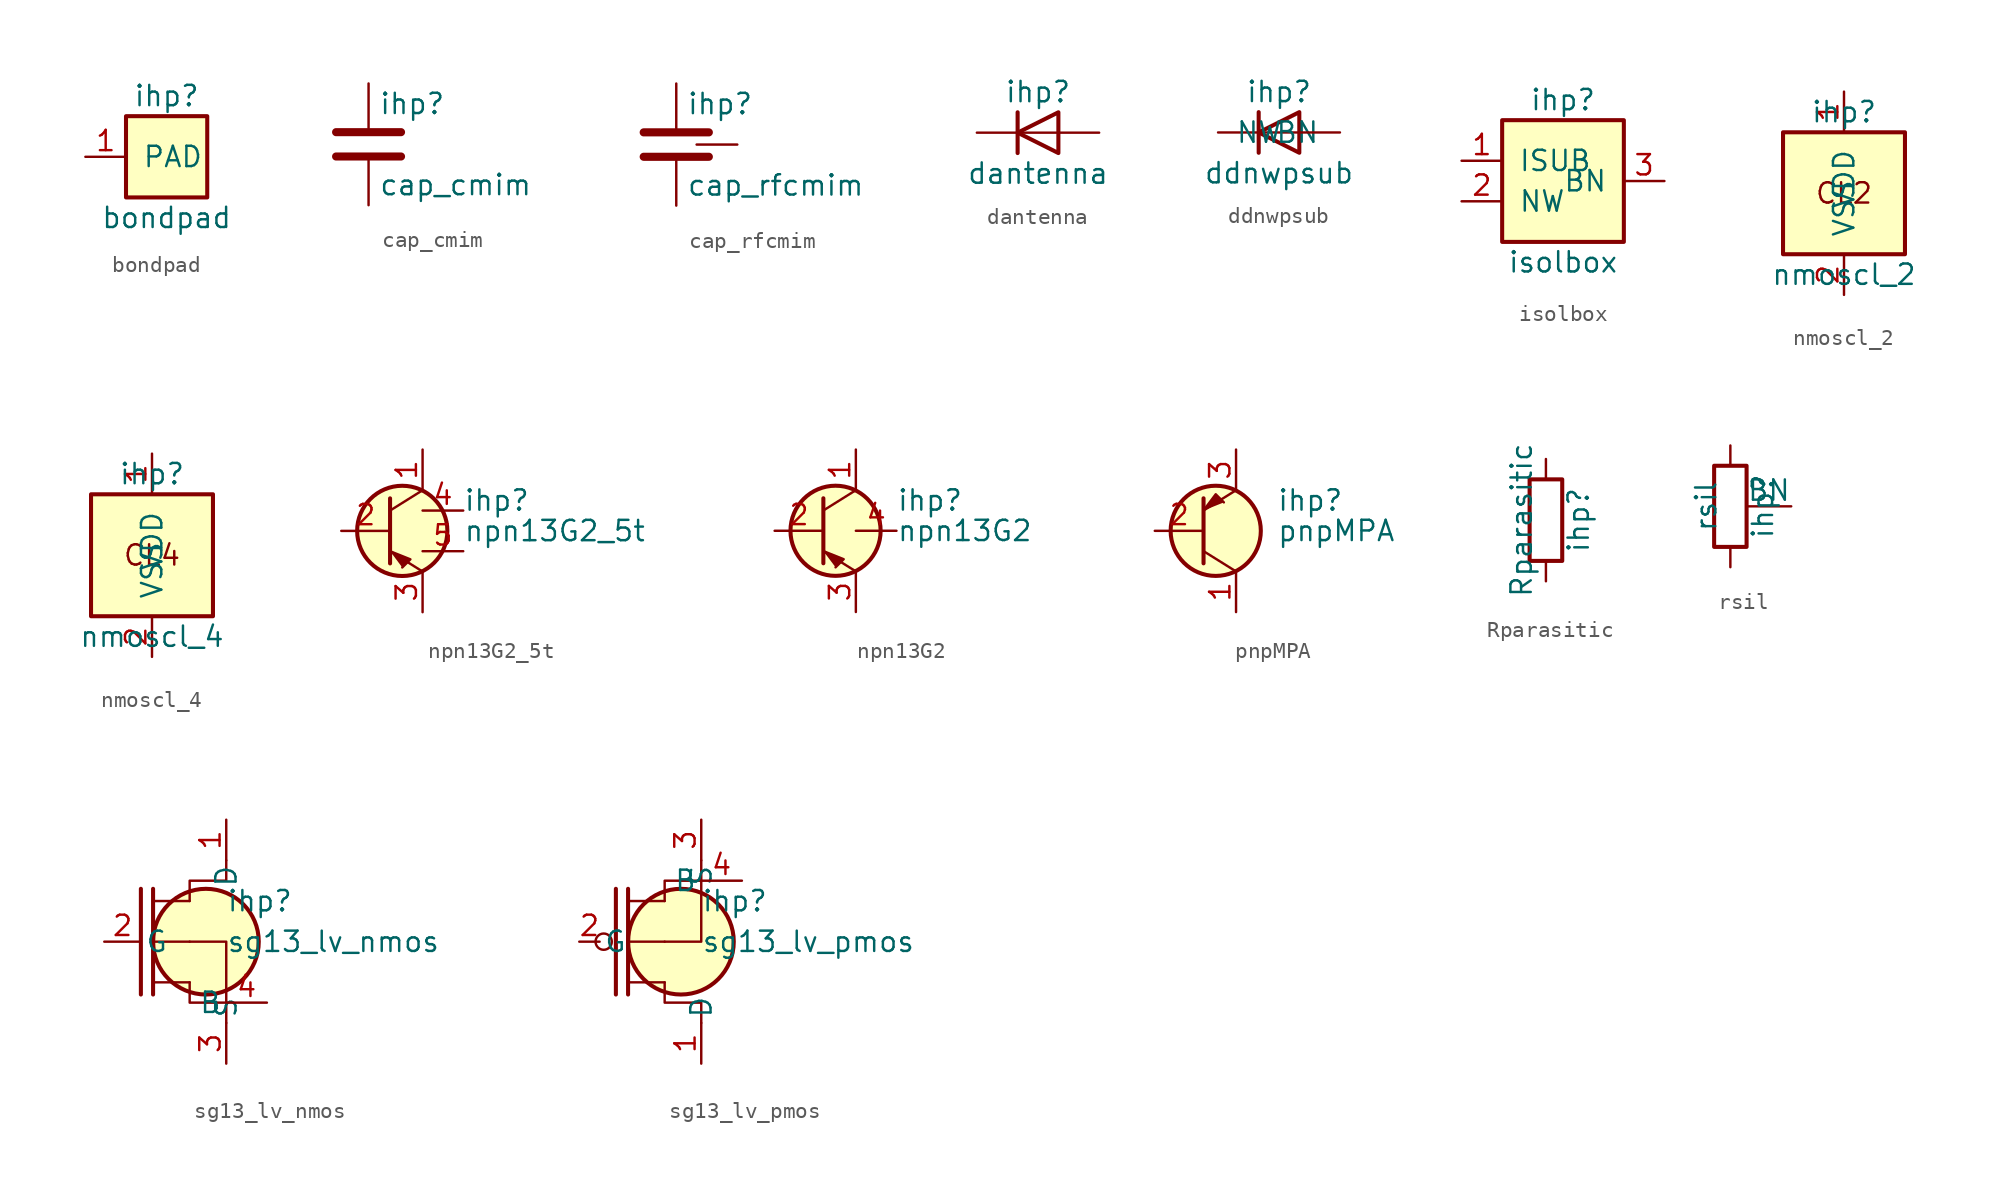
<source format=kicad_sym>
(kicad_symbol_lib
  (version 20231120)
  (generator "kicad_symbol_editor")
  (generator_version "8.0")
  (symbol "bondpad"
    (pin_names
      (offset 1.016))
    (property "Reference" "ihp"
      (at 0 3.81 0)
      (effects (font (size 1.27 1.27))))
    (property "Value" "bondpad"
      (at 0 -3.81 0)
      (effects (font (size 1.27 1.27))))
    (symbol "bondpad_0_1"
      (rectangle (start -2.54 2.54) (end 2.54 -2.54) (stroke (width 0.254) (type default)) (fill (type background))))
    (symbol "bondpad_1_1"
      (pin passive line (at -5.08 0 0) (length 2.54) (name "PAD" (effects (font (size 1.27 1.27)))) (number "1" (effects (font (size 1.27 1.27)))))))
  (symbol "cap_cmim"
    (pin_numbers hide)
    (pin_names
      (offset 0.254) hide)
    (property "Reference" "ihp"
      (at 0.635 2.54 0)
      (effects (font (size 1.27 1.27)) (justify left)))
    (property "Value" "cap_cmim"
      (at 0.635 -2.54 0)
      (effects (font (size 1.27 1.27)) (justify left)))
    (symbol "cap_cmim_0_1"
      (polyline (pts (xy -2.032 -0.762) (xy 2.032 -0.762)) (stroke (width 0.508) (type default)) (fill (type none)))
      (polyline (pts (xy -2.032 0.762) (xy 2.032 0.762)) (stroke (width 0.508) (type default)) (fill (type none))))
    (symbol "cap_cmim_1_1"
      (pin passive line (at 0 3.81 270) (length 2.794) (name "~" (effects (font (size 1.27 1.27)))) (number "1" (effects (font (size 1.27 1.27)))))
      (pin passive line (at 0 -3.81 90) (length 2.794) (name "~" (effects (font (size 1.27 1.27)))) (number "2" (effects (font (size 1.27 1.27)))))))
  (symbol "cap_rfcmim"
    (pin_numbers hide)
    (pin_names
      (offset 0.254) hide)
    (property "Reference" "ihp"
      (at 0.635 2.54 0)
      (effects (font (size 1.27 1.27)) (justify left)))
    (property "Value" "cap_rfcmim"
      (at 0.635 -2.54 0)
      (effects (font (size 1.27 1.27)) (justify left)))
    (symbol "cap_rfcmim_0_1"
      (polyline (pts (xy -2.032 -0.762) (xy 2.032 -0.762)) (stroke (width 0.508) (type default)) (fill (type none)))
      (polyline (pts (xy -2.032 0.762) (xy 2.032 0.762)) (stroke (width 0.508) (type default)) (fill (type none))))
    (symbol "cap_rfcmim_1_1"
      (pin passive line (at 0 3.81 270) (length 2.794) (name "+" (effects (font (size 1.27 1.27)))) (number "1" (effects (font (size 1.27 1.27)))))
      (pin passive line (at 0 -3.81 90) (length 2.794) (name "-" (effects (font (size 1.27 1.27)))) (number "2" (effects (font (size 1.27 1.27)))))
      (pin passive line (at 3.81 0 180) (length 2.54) (name "BN" (effects (font (size 1.27 1.27)))) (number "3" (effects (font (size 1.27 1.27)))))))
  (symbol "dantenna"
    (pin_numbers hide)
    (pin_names
      (offset 1.016) hide)
    (property "Reference" "ihp"
      (at 0 2.54 0)
      (effects (font (size 1.27 1.27))))
    (property "Value" "dantenna"
      (at 0 -2.54 0)
      (effects (font (size 1.27 1.27))))
    (symbol "dantenna_0_1"
      (polyline (pts (xy -1.27 1.27) (xy -1.27 -1.27)) (stroke (width 0.254) (type default)) (fill (type none)))
      (polyline (pts (xy 1.27 0) (xy -1.27 0)) (stroke (width 0) (type default)) (fill (type none)))
      (polyline (pts (xy 1.27 1.27) (xy 1.27 -1.27) (xy -1.27 0) (xy 1.27 1.27)) (stroke (width 0.254) (type default)) (fill (type none))))
    (symbol "dantenna_1_1"
      (pin passive line (at 3.81 0 180) (length 2.54) (name "A" (effects (font (size 1.27 1.27)))) (number "1" (effects (font (size 1.27 1.27)))))
      (pin passive line (at -3.81 0 0) (length 2.54) (name "C" (effects (font (size 1.27 1.27)))) (number "2" (effects (font (size 1.27 1.27)))))))
  (symbol "ddnwpsub"
    (pin_numbers hide)
    (pin_names
      (offset 1.016))
    (property "Reference" "ihp"
      (at 0 2.54 0)
      (effects (font (size 1.27 1.27))))
    (property "Value" "ddnwpsub"
      (at 0 -2.54 0)
      (effects (font (size 1.27 1.27))))
    (symbol "ddnwpsub_0_1"
      (polyline (pts (xy -1.27 1.27) (xy -1.27 -1.27)) (stroke (width 0.254) (type default)) (fill (type none)))
      (polyline (pts (xy 1.27 0) (xy -1.27 0)) (stroke (width 0) (type default)) (fill (type none)))
      (polyline (pts (xy 1.27 1.27) (xy 1.27 -1.27) (xy -1.27 0) (xy 1.27 1.27)) (stroke (width 0.254) (type default)) (fill (type none))))
    (symbol "ddnwpsub_1_1"
      (pin passive line (at 3.81 0 180) (length 2.54) (name "NW" (effects (font (size 1.27 1.27)))) (number "1" (effects (font (size 1.27 1.27)))))
      (pin passive line (at -3.81 0 0) (length 2.54) (name "BN" (effects (font (size 1.27 1.27)))) (number "2" (effects (font (size 1.27 1.27)))))))
  (symbol "isolbox"
    (pin_names
      (offset 1.016))
    (property "Reference" "ihp"
      (at 0 5.08 0)
      (effects (font (size 1.27 1.27))))
    (property "Value" "isolbox"
      (at 0 -5.08 0)
      (effects (font (size 1.27 1.27))))
    (symbol "isolbox_0_1"
      (rectangle (start -3.81 3.81) (end 3.81 -3.81) (stroke (width 0.254) (type default)) (fill (type background))))
    (symbol "isolbox_1_1"
      (pin passive line (at -6.35 1.27 0) (length 2.54) (name "ISUB" (effects (font (size 1.27 1.27)))) (number "1" (effects (font (size 1.27 1.27)))))
      (pin passive line (at -6.35 -1.27 0) (length 2.54) (name "NW" (effects (font (size 1.27 1.27)))) (number "2" (effects (font (size 1.27 1.27)))))
      (pin passive line (at 6.35 0 180) (length 2.54) (name "BN" (effects (font (size 1.27 1.27)))) (number "3" (effects (font (size 1.27 1.27)))))))
  (symbol "nmoscl_2"
    (pin_names
      (offset 1.016))
    (property "Reference" "ihp"
      (at 0 5.08 0)
      (effects (font (size 1.27 1.27))))
    (property "Value" "nmoscl_2"
      (at 0 -5.08 0)
      (effects (font (size 1.27 1.27))))
    (symbol "nmoscl_2_0_1"
      (rectangle (start -3.81 3.81) (end 3.81 -3.81) (stroke (width 0.254) (type default)) (fill (type background)))
      (text "CL2" (at 0 0 0) (effects (font (size 1.27 1.27)))))
    (symbol "nmoscl_2_1_1"
      (pin power_in line (at 0 6.35 270) (length 2.54) (name "VDD" (effects (font (size 1.27 1.27)))) (number "1" (effects (font (size 1.27 1.27)))))
      (pin power_in line (at 0 -6.35 90) (length 2.54) (name "VSS" (effects (font (size 1.27 1.27)))) (number "2" (effects (font (size 1.27 1.27)))))))
  (symbol "nmoscl_4"
    (pin_names
      (offset 1.016))
    (property "Reference" "ihp"
      (at 0 5.08 0)
      (effects (font (size 1.27 1.27))))
    (property "Value" "nmoscl_4"
      (at 0 -5.08 0)
      (effects (font (size 1.27 1.27))))
    (symbol "nmoscl_4_0_1"
      (rectangle (start -3.81 3.81) (end 3.81 -3.81) (stroke (width 0.254) (type default)) (fill (type background)))
      (text "CL4" (at 0 0 0) (effects (font (size 1.27 1.27)))))
    (symbol "nmoscl_4_1_1"
      (pin power_in line (at 0 6.35 270) (length 2.54) (name "VDD" (effects (font (size 1.27 1.27)))) (number "1" (effects (font (size 1.27 1.27)))))
      (pin power_in line (at 0 -6.35 90) (length 2.54) (name "VSS" (effects (font (size 1.27 1.27)))) (number "2" (effects (font (size 1.27 1.27)))))))
  (symbol "npn13G2_5t"
    (pin_names
      (offset 1.016) hide)
    (property "Reference" "ihp"
      (at 5.08 1.905 0)
      (effects (font (size 1.27 1.27)) (justify left)))
    (property "Value" "npn13G2_5t"
      (at 5.08 0 0)
      (effects (font (size 1.27 1.27)) (justify left)))
    (symbol "npn13G2_5t_0_1"
      (polyline (pts (xy 2.54 2.54) (xy 0.508 1.27)) (stroke (width 0) (type default)) (fill (type none)))
      (polyline (pts (xy 0.508 -1.27) (xy 2.54 -2.54)) (stroke (width 0) (type default)) (fill (type none)))
      (polyline (pts (xy 0.508 -1.27) (xy 1.778 -1.778) (xy 1.27 -2.286)) (stroke (width 0) (type default)) (fill (type outline)))
      (polyline (pts (xy 0.508 -2.032) (xy 0.508 2.032)) (stroke (width 0.254) (type default)) (fill (type none)))
      (circle (center 1.27 0) (radius 2.819) (stroke (width 0.254) (type default)) (fill (type background))))
    (symbol "npn13G2_5t_1_1"
      (pin passive line (at 2.54 5.08 270) (length 2.54) (name "C" (effects (font (size 1.27 1.27)))) (number "1" (effects (font (size 1.27 1.27)))))
      (pin input line (at -2.54 0 0) (length 3.048) (name "B" (effects (font (size 1.27 1.27)))) (number "2" (effects (font (size 1.27 1.27)))))
      (pin passive line (at 2.54 -5.08 90) (length 2.54) (name "E" (effects (font (size 1.27 1.27)))) (number "3" (effects (font (size 1.27 1.27)))))
      (pin passive line (at 5.08 1.27 180) (length 2.54) (name "BN" (effects (font (size 1.27 1.27)))) (number "4" (effects (font (size 1.27 1.27)))))
      (pin passive line (at 5.08 -1.27 180) (length 2.54) (name "T" (effects (font (size 1.27 1.27)))) (number "5" (effects (font (size 1.27 1.27)))))))
  (symbol "npn13G2"
    (pin_names
      (offset 1.016) hide)
    (property "Reference" "ihp"
      (at 5.08 1.905 0)
      (effects (font (size 1.27 1.27)) (justify left)))
    (property "Value" "npn13G2"
      (at 5.08 0 0)
      (effects (font (size 1.27 1.27)) (justify left)))
    (symbol "npn13G2_0_1"
      (polyline (pts (xy 2.54 2.54) (xy 0.508 1.27)) (stroke (width 0) (type default)) (fill (type none)))
      (polyline (pts (xy 0.508 -1.27) (xy 2.54 -2.54)) (stroke (width 0) (type default)) (fill (type none)))
      (polyline (pts (xy 0.508 -1.27) (xy 1.778 -1.778) (xy 1.27 -2.286)) (stroke (width 0) (type default)) (fill (type outline)))
      (polyline (pts (xy 0.508 -2.032) (xy 0.508 2.032)) (stroke (width 0.254) (type default)) (fill (type none)))
      (circle (center 1.27 0) (radius 2.819) (stroke (width 0.254) (type default)) (fill (type background))))
    (symbol "npn13G2_1_1"
      (pin passive line (at 2.54 5.08 270) (length 2.54) (name "C" (effects (font (size 1.27 1.27)))) (number "1" (effects (font (size 1.27 1.27)))))
      (pin input line (at -2.54 0 0) (length 3.048) (name "B" (effects (font (size 1.27 1.27)))) (number "2" (effects (font (size 1.27 1.27)))))
      (pin passive line (at 2.54 -5.08 90) (length 2.54) (name "E" (effects (font (size 1.27 1.27)))) (number "3" (effects (font (size 1.27 1.27)))))
      (pin passive line (at 5.08 0 180) (length 2.54) (name "BN" (effects (font (size 1.27 1.27)))) (number "4" (effects (font (size 1.27 1.27)))))))
  (symbol "pnpMPA"
    (pin_names
      (offset 1.016) hide)
    (property "Reference" "ihp"
      (at 5.08 1.905 0)
      (effects (font (size 1.27 1.27)) (justify left)))
    (property "Value" "pnpMPA"
      (at 5.08 0 0)
      (effects (font (size 1.27 1.27)) (justify left)))
    (symbol "pnpMPA_0_1"
      (polyline (pts (xy 0.508 1.27) (xy 2.54 2.54)) (stroke (width 0) (type default)) (fill (type none)))
      (polyline (pts (xy 2.54 -2.54) (xy 0.508 -1.27)) (stroke (width 0) (type default)) (fill (type none)))
      (polyline (pts (xy 0.508 1.27) (xy 1.27 2.286) (xy 1.778 1.778)) (stroke (width 0) (type default)) (fill (type outline)))
      (polyline (pts (xy 0.508 -2.032) (xy 0.508 2.032)) (stroke (width 0.254) (type default)) (fill (type none)))
      (circle (center 1.27 0) (radius 2.819) (stroke (width 0.254) (type default)) (fill (type background))))
    (symbol "pnpMPA_1_1"
      (pin passive line (at 2.54 -5.08 90) (length 2.54) (name "C" (effects (font (size 1.27 1.27)))) (number "1" (effects (font (size 1.27 1.27)))))
      (pin input line (at -2.54 0 0) (length 3.048) (name "B" (effects (font (size 1.27 1.27)))) (number "2" (effects (font (size 1.27 1.27)))))
      (pin passive line (at 2.54 5.08 270) (length 2.54) (name "E" (effects (font (size 1.27 1.27)))) (number "3" (effects (font (size 1.27 1.27)))))))
  (symbol "Rparasitic"
    (pin_numbers hide)
    (pin_names
      (offset 0))
    (property "Reference" "ihp"
      (at 2.032 0 90)
      (effects (font (size 1.27 1.27))))
    (property "Value" "Rparasitic"
      (at -1.524 0 90)
      (effects (font (size 1.27 1.27))))
    (symbol "Rparasitic_0_1"
      (rectangle (start -1.016 -2.54) (end 1.016 2.54) (stroke (width 0.254) (type default)) (fill (type none))))
    (symbol "Rparasitic_1_1"
      (pin passive line (at 0 3.81 270) (length 1.27) (name "~" (effects (font (size 1.27 1.27)))) (number "1" (effects (font (size 1.27 1.27)))))
      (pin passive line (at 0 -3.81 90) (length 1.27) (name "~" (effects (font (size 1.27 1.27)))) (number "2" (effects (font (size 1.27 1.27)))))))
  (symbol "rsil"
    (pin_numbers hide)
    (pin_names
      (offset 0))
    (property "Reference" "ihp"
      (at 2.032 0 90)
      (effects (font (size 1.27 1.27))))
    (property "Value" "rsil"
      (at -1.524 0 90)
      (effects (font (size 1.27 1.27))))
    (symbol "rsil_0_1"
      (rectangle (start -1.016 -2.54) (end 1.016 2.54) (stroke (width 0.254) (type default)) (fill (type none))))
    (symbol "rsil_1_1"
      (pin passive line (at 0 3.81 270) (length 1.27) (name "~" (effects (font (size 1.27 1.27)))) (number "1" (effects (font (size 1.27 1.27)))))
      (pin passive line (at 0 -3.81 90) (length 1.27) (name "~" (effects (font (size 1.27 1.27)))) (number "2" (effects (font (size 1.27 1.27)))))
      (pin passive line (at 3.81 0 180) (length 2.794) (name "BN" (effects (font (size 1.27 1.27)))) (number "3" (effects (font (size 1.27 1.27)))))))
  (symbol "sg13_lv_nmos"
    (pin_names
      (offset 0.254))
    (property "Reference" "ihp"
      (at 2.54 2.54 0)
      (effects (font (size 1.27 1.27)) (justify left)))
    (property "Value" "sg13_lv_nmos"
      (at 2.54 0 0)
      (effects (font (size 1.27 1.27)) (justify left)))
    (symbol "sg13_lv_nmos_0_1"
      (polyline (pts (xy 0.254 -2.54) (xy -2.032 -2.54)) (stroke (width 0) (type default)) (fill (type none)))
      (polyline (pts (xy 0.254 0) (xy -2.032 0)) (stroke (width 0) (type default)) (fill (type none)))
      (polyline (pts (xy 0.254 2.54) (xy -2.032 2.54)) (stroke (width 0) (type default)) (fill (type none)))
      (polyline (pts (xy -2.032 -3.302) (xy -2.032 3.302)) (stroke (width 0.254) (type default)) (fill (type none)))
      (polyline (pts (xy -2.794 -3.302) (xy -2.794 3.302)) (stroke (width 0.254) (type default)) (fill (type none)))
      (polyline (pts (xy 0.254 -2.54) (xy 0.254 -3.81) (xy 2.54 -3.81)) (stroke (width 0) (type default)) (fill (type none)))
      (polyline (pts (xy 0.254 2.54) (xy 0.254 3.81) (xy 2.54 3.81) (xy 2.54 5.08)) (stroke (width 0) (type default)) (fill (type none)))
      (polyline (pts (xy 0.254 0) (xy 2.54 0) (xy 2.54 -5.08)) (stroke (width 0) (type default)) (fill (type none)))
      (circle (center 1.27 0) (radius 3.302) (stroke (width 0.254) (type default)) (fill (type background))))
    (symbol "sg13_lv_nmos_1_1"
      (pin passive line (at -5.08 0 0) (length 2.286) (name "G" (effects (font (size 1.27 1.27)))) (number "2" (effects (font (size 1.27 1.27)))))
      (pin passive line (at 2.54 7.62 270) (length 2.54) (name "D" (effects (font (size 1.27 1.27)))) (number "1" (effects (font (size 1.27 1.27)))))
      (pin passive line (at 2.54 -7.62 90) (length 2.54) (name "S" (effects (font (size 1.27 1.27)))) (number "3" (effects (font (size 1.27 1.27)))))
      (pin passive line (at 5.08 -3.81 180) (length 2.54) (name "B" (effects (font (size 1.27 1.27)))) (number "4" (effects (font (size 1.27 1.27)))))))
  (symbol "sg13_lv_pmos"
    (pin_names
      (offset 0.254))
    (property "Reference" "ihp"
      (at 2.54 2.54 0)
      (effects (font (size 1.27 1.27)) (justify left)))
    (property "Value" "sg13_lv_pmos"
      (at 2.54 0 0)
      (effects (font (size 1.27 1.27)) (justify left)))
    (symbol "sg13_lv_pmos_0_1"
      (polyline (pts (xy 0.254 -2.54) (xy -2.032 -2.54)) (stroke (width 0) (type default)) (fill (type none)))
      (polyline (pts (xy 0.254 0) (xy -2.032 0)) (stroke (width 0) (type default)) (fill (type none)))
      (polyline (pts (xy 0.254 2.54) (xy -2.032 2.54)) (stroke (width 0) (type default)) (fill (type none)))
      (polyline (pts (xy -2.032 -3.302) (xy -2.032 3.302)) (stroke (width 0.254) (type default)) (fill (type none)))
      (polyline (pts (xy -2.794 -3.302) (xy -2.794 3.302)) (stroke (width 0.254) (type default)) (fill (type none)))
      (polyline (pts (xy 0.254 2.54) (xy 0.254 3.81) (xy 2.54 3.81)) (stroke (width 0) (type default)) (fill (type none)))
      (polyline (pts (xy 0.254 -2.54) (xy 0.254 -3.81) (xy 2.54 -3.81) (xy 2.54 -5.08)) (stroke (width 0) (type default)) (fill (type none)))
      (polyline (pts (xy 0.254 0) (xy 2.54 0) (xy 2.54 5.08)) (stroke (width 0) (type default)) (fill (type none)))
      (circle (center -3.556 0) (radius 0.508) (stroke (width 0) (type default)) (fill (type none)))
      (circle (center 1.27 0) (radius 3.302) (stroke (width 0.254) (type default)) (fill (type background))))
    (symbol "sg13_lv_pmos_1_1"
      (pin passive line (at -5.08 0 0) (length 1.27) (name "G" (effects (font (size 1.27 1.27)))) (number "2" (effects (font (size 1.27 1.27)))))
      (pin passive line (at 2.54 -7.62 90) (length 2.54) (name "D" (effects (font (size 1.27 1.27)))) (number "1" (effects (font (size 1.27 1.27)))))
      (pin passive line (at 2.54 7.62 270) (length 2.54) (name "S" (effects (font (size 1.27 1.27)))) (number "3" (effects (font (size 1.27 1.27)))))
      (pin passive line (at 5.08 3.81 180) (length 2.54) (name "B" (effects (font (size 1.27 1.27)))) (number "4" (effects (font (size 1.27 1.27))))))))
</source>
